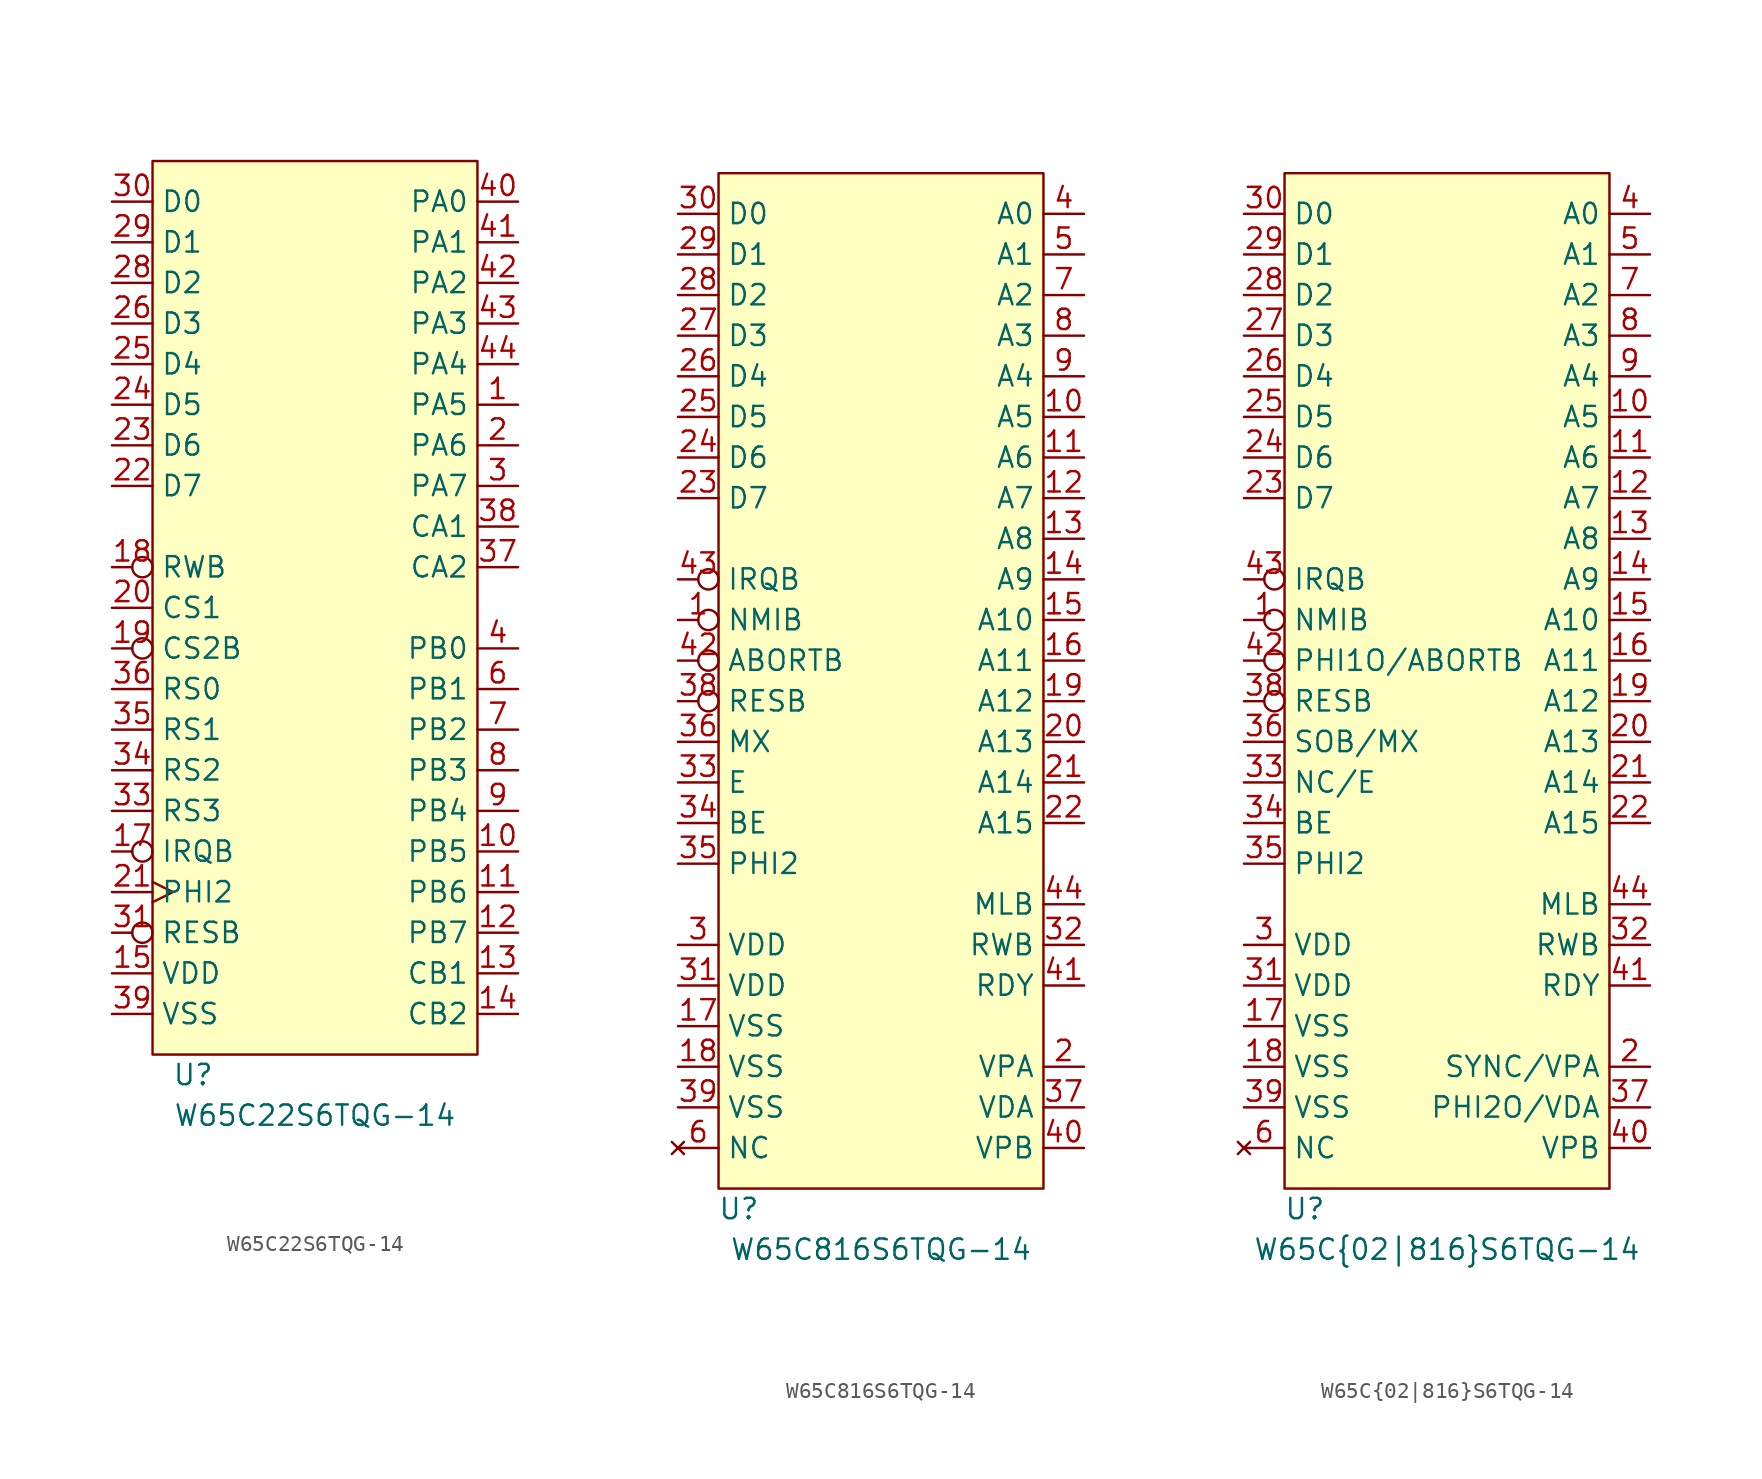
<source format=kicad_sym>
(kicad_symbol_lib
  (version 20211014)
  (generator kicad_symbol_editor)
  (symbol "W65C22S6TQG-14"
    (property "Reference" "U"
      (at -7.62 -3.81 0)
      (effects (font (size 1.27 1.27))))
    (property "Value" "W65C22S6TQG-14"
      (at 0 -6.35 0)
      (effects (font (size 1.27 1.27))))
    (symbol "W65C22S6TQG-14_0_1"
      (rectangle (start -10.16 53.34) (end 10.16 -2.54) (stroke (width 0) (type default) (color 0 0 0 0)) (fill (type background))))
    (symbol "W65C22S6TQG-14_1_1"
      (pin tri_state line (at 12.7 38.1 180) (length 2.54) (name "PA5" (effects (font (size 1.27 1.27)))) (number "1" (effects (font (size 1.27 1.27)))))
      (pin tri_state line (at 12.7 10.16 180) (length 2.54) (name "PB5" (effects (font (size 1.27 1.27)))) (number "10" (effects (font (size 1.27 1.27)))))
      (pin tri_state line (at 12.7 7.62 180) (length 2.54) (name "PB6" (effects (font (size 1.27 1.27)))) (number "11" (effects (font (size 1.27 1.27)))))
      (pin tri_state line (at 12.7 5.08 180) (length 2.54) (name "PB7" (effects (font (size 1.27 1.27)))) (number "12" (effects (font (size 1.27 1.27)))))
      (pin tri_state line (at 12.7 2.54 180) (length 2.54) (name "CB1" (effects (font (size 1.27 1.27)))) (number "13" (effects (font (size 1.27 1.27)))))
      (pin tri_state line (at 12.7 0 180) (length 2.54) (name "CB2" (effects (font (size 1.27 1.27)))) (number "14" (effects (font (size 1.27 1.27)))))
      (pin power_in line (at -12.7 2.54 0) (length 2.54) (name "VDD" (effects (font (size 1.27 1.27)))) (number "15" (effects (font (size 1.27 1.27)))))
      (pin output inverted (at -12.7 10.16 0) (length 2.54) (name "IRQB" (effects (font (size 1.27 1.27)))) (number "17" (effects (font (size 1.27 1.27)))))
      (pin input inverted (at -12.7 27.94 0) (length 2.54) (name "RWB" (effects (font (size 1.27 1.27)))) (number "18" (effects (font (size 1.27 1.27)))))
      (pin input inverted (at -12.7 22.86 0) (length 2.54) (name "CS2B" (effects (font (size 1.27 1.27)))) (number "19" (effects (font (size 1.27 1.27)))))
      (pin tri_state line (at 12.7 35.56 180) (length 2.54) (name "PA6" (effects (font (size 1.27 1.27)))) (number "2" (effects (font (size 1.27 1.27)))))
      (pin input line (at -12.7 25.4 0) (length 2.54) (name "CS1" (effects (font (size 1.27 1.27)))) (number "20" (effects (font (size 1.27 1.27)))))
      (pin input clock (at -12.7 7.62 0) (length 2.54) (name "PHI2" (effects (font (size 1.27 1.27)))) (number "21" (effects (font (size 1.27 1.27)))))
      (pin tri_state line (at -12.7 33.02 0) (length 2.54) (name "D7" (effects (font (size 1.27 1.27)))) (number "22" (effects (font (size 1.27 1.27)))))
      (pin tri_state line (at -12.7 35.56 0) (length 2.54) (name "D6" (effects (font (size 1.27 1.27)))) (number "23" (effects (font (size 1.27 1.27)))))
      (pin tri_state line (at -12.7 38.1 0) (length 2.54) (name "D5" (effects (font (size 1.27 1.27)))) (number "24" (effects (font (size 1.27 1.27)))))
      (pin tri_state line (at -12.7 40.64 0) (length 2.54) (name "D4" (effects (font (size 1.27 1.27)))) (number "25" (effects (font (size 1.27 1.27)))))
      (pin tri_state line (at -12.7 43.18 0) (length 2.54) (name "D3" (effects (font (size 1.27 1.27)))) (number "26" (effects (font (size 1.27 1.27)))))
      (pin tri_state line (at -12.7 45.72 0) (length 2.54) (name "D2" (effects (font (size 1.27 1.27)))) (number "28" (effects (font (size 1.27 1.27)))))
      (pin tri_state line (at -12.7 48.26 0) (length 2.54) (name "D1" (effects (font (size 1.27 1.27)))) (number "29" (effects (font (size 1.27 1.27)))))
      (pin tri_state line (at 12.7 33.02 180) (length 2.54) (name "PA7" (effects (font (size 1.27 1.27)))) (number "3" (effects (font (size 1.27 1.27)))))
      (pin tri_state line (at -12.7 50.8 0) (length 2.54) (name "D0" (effects (font (size 1.27 1.27)))) (number "30" (effects (font (size 1.27 1.27)))))
      (pin input inverted (at -12.7 5.08 0) (length 2.54) (name "RESB" (effects (font (size 1.27 1.27)))) (number "31" (effects (font (size 1.27 1.27)))))
      (pin input line (at -12.7 12.7 0) (length 2.54) (name "RS3" (effects (font (size 1.27 1.27)))) (number "33" (effects (font (size 1.27 1.27)))))
      (pin input line (at -12.7 15.24 0) (length 2.54) (name "RS2" (effects (font (size 1.27 1.27)))) (number "34" (effects (font (size 1.27 1.27)))))
      (pin input line (at -12.7 17.78 0) (length 2.54) (name "RS1" (effects (font (size 1.27 1.27)))) (number "35" (effects (font (size 1.27 1.27)))))
      (pin input line (at -12.7 20.32 0) (length 2.54) (name "RS0" (effects (font (size 1.27 1.27)))) (number "36" (effects (font (size 1.27 1.27)))))
      (pin tri_state line (at 12.7 27.94 180) (length 2.54) (name "CA2" (effects (font (size 1.27 1.27)))) (number "37" (effects (font (size 1.27 1.27)))))
      (pin tri_state line (at 12.7 30.48 180) (length 2.54) (name "CA1" (effects (font (size 1.27 1.27)))) (number "38" (effects (font (size 1.27 1.27)))))
      (pin power_in line (at -12.7 0 0) (length 2.54) (name "VSS" (effects (font (size 1.27 1.27)))) (number "39" (effects (font (size 1.27 1.27)))))
      (pin tri_state line (at 12.7 22.86 180) (length 2.54) (name "PB0" (effects (font (size 1.27 1.27)))) (number "4" (effects (font (size 1.27 1.27)))))
      (pin tri_state line (at 12.7 50.8 180) (length 2.54) (name "PA0" (effects (font (size 1.27 1.27)))) (number "40" (effects (font (size 1.27 1.27)))))
      (pin tri_state line (at 12.7 48.26 180) (length 2.54) (name "PA1" (effects (font (size 1.27 1.27)))) (number "41" (effects (font (size 1.27 1.27)))))
      (pin tri_state line (at 12.7 45.72 180) (length 2.54) (name "PA2" (effects (font (size 1.27 1.27)))) (number "42" (effects (font (size 1.27 1.27)))))
      (pin tri_state line (at 12.7 43.18 180) (length 2.54) (name "PA3" (effects (font (size 1.27 1.27)))) (number "43" (effects (font (size 1.27 1.27)))))
      (pin tri_state line (at 12.7 40.64 180) (length 2.54) (name "PA4" (effects (font (size 1.27 1.27)))) (number "44" (effects (font (size 1.27 1.27)))))
      (pin tri_state line (at 12.7 20.32 180) (length 2.54) (name "PB1" (effects (font (size 1.27 1.27)))) (number "6" (effects (font (size 1.27 1.27)))))
      (pin tri_state line (at 12.7 17.78 180) (length 2.54) (name "PB2" (effects (font (size 1.27 1.27)))) (number "7" (effects (font (size 1.27 1.27)))))
      (pin tri_state line (at 12.7 15.24 180) (length 2.54) (name "PB3" (effects (font (size 1.27 1.27)))) (number "8" (effects (font (size 1.27 1.27)))))
      (pin tri_state line (at 12.7 12.7 180) (length 2.54) (name "PB4" (effects (font (size 1.27 1.27)))) (number "9" (effects (font (size 1.27 1.27)))))))
  (symbol "W65C816S6TQG-14"
    (property "Reference" "U"
      (at -6.35 -11.43 0)
      (effects (font (size 1.27 1.27))))
    (property "Value" "W65C816S6TQG-14"
      (at 2.54 -13.97 0)
      (effects (font (size 1.27 1.27))))
    (symbol "W65C816S6TQG-14_0_1"
      (rectangle (start -7.62 53.34) (end 12.7 -10.16) (stroke (width 0) (type default) (color 0 0 0 0)) (fill (type background))))
    (symbol "W65C816S6TQG-14_1_1"
      (pin input inverted (at -10.16 25.4 0) (length 2.54) (name "NMIB" (effects (font (size 1.27 1.27)))) (number "1" (effects (font (size 1.27 1.27)))))
      (pin output line (at 15.24 38.1 180) (length 2.54) (name "A5" (effects (font (size 1.27 1.27)))) (number "10" (effects (font (size 1.27 1.27)))))
      (pin output line (at 15.24 35.56 180) (length 2.54) (name "A6" (effects (font (size 1.27 1.27)))) (number "11" (effects (font (size 1.27 1.27)))))
      (pin output line (at 15.24 33.02 180) (length 2.54) (name "A7" (effects (font (size 1.27 1.27)))) (number "12" (effects (font (size 1.27 1.27)))))
      (pin output line (at 15.24 30.48 180) (length 2.54) (name "A8" (effects (font (size 1.27 1.27)))) (number "13" (effects (font (size 1.27 1.27)))))
      (pin output line (at 15.24 27.94 180) (length 2.54) (name "A9" (effects (font (size 1.27 1.27)))) (number "14" (effects (font (size 1.27 1.27)))))
      (pin output line (at 15.24 25.4 180) (length 2.54) (name "A10" (effects (font (size 1.27 1.27)))) (number "15" (effects (font (size 1.27 1.27)))))
      (pin output line (at 15.24 22.86 180) (length 2.54) (name "A11" (effects (font (size 1.27 1.27)))) (number "16" (effects (font (size 1.27 1.27)))))
      (pin power_in line (at -10.16 0 0) (length 2.54) (name "VSS" (effects (font (size 1.27 1.27)))) (number "17" (effects (font (size 1.27 1.27)))))
      (pin power_in line (at -10.16 -2.54 0) (length 2.54) (name "VSS" (effects (font (size 1.27 1.27)))) (number "18" (effects (font (size 1.27 1.27)))))
      (pin output line (at 15.24 20.32 180) (length 2.54) (name "A12" (effects (font (size 1.27 1.27)))) (number "19" (effects (font (size 1.27 1.27)))))
      (pin output line (at 15.24 -2.54 180) (length 2.54) (name "VPA" (effects (font (size 1.27 1.27)))) (number "2" (effects (font (size 1.27 1.27)))))
      (pin output line (at 15.24 17.78 180) (length 2.54) (name "A13" (effects (font (size 1.27 1.27)))) (number "20" (effects (font (size 1.27 1.27)))))
      (pin output line (at 15.24 15.24 180) (length 2.54) (name "A14" (effects (font (size 1.27 1.27)))) (number "21" (effects (font (size 1.27 1.27)))))
      (pin output line (at 15.24 12.7 180) (length 2.54) (name "A15" (effects (font (size 1.27 1.27)))) (number "22" (effects (font (size 1.27 1.27)))))
      (pin bidirectional line (at -10.16 33.02 0) (length 2.54) (name "D7" (effects (font (size 1.27 1.27)))) (number "23" (effects (font (size 1.27 1.27)))))
      (pin bidirectional line (at -10.16 35.56 0) (length 2.54) (name "D6" (effects (font (size 1.27 1.27)))) (number "24" (effects (font (size 1.27 1.27)))))
      (pin bidirectional line (at -10.16 38.1 0) (length 2.54) (name "D5" (effects (font (size 1.27 1.27)))) (number "25" (effects (font (size 1.27 1.27)))))
      (pin bidirectional line (at -10.16 40.64 0) (length 2.54) (name "D4" (effects (font (size 1.27 1.27)))) (number "26" (effects (font (size 1.27 1.27)))))
      (pin bidirectional line (at -10.16 43.18 0) (length 2.54) (name "D3" (effects (font (size 1.27 1.27)))) (number "27" (effects (font (size 1.27 1.27)))))
      (pin bidirectional line (at -10.16 45.72 0) (length 2.54) (name "D2" (effects (font (size 1.27 1.27)))) (number "28" (effects (font (size 1.27 1.27)))))
      (pin bidirectional line (at -10.16 48.26 0) (length 2.54) (name "D1" (effects (font (size 1.27 1.27)))) (number "29" (effects (font (size 1.27 1.27)))))
      (pin power_in line (at -10.16 5.08 0) (length 2.54) (name "VDD" (effects (font (size 1.27 1.27)))) (number "3" (effects (font (size 1.27 1.27)))))
      (pin bidirectional line (at -10.16 50.8 0) (length 2.54) (name "D0" (effects (font (size 1.27 1.27)))) (number "30" (effects (font (size 1.27 1.27)))))
      (pin power_in line (at -10.16 2.54 0) (length 2.54) (name "VDD" (effects (font (size 1.27 1.27)))) (number "31" (effects (font (size 1.27 1.27)))))
      (pin output line (at 15.24 5.08 180) (length 2.54) (name "RWB" (effects (font (size 1.27 1.27)))) (number "32" (effects (font (size 1.27 1.27)))))
      (pin output line (at -10.16 15.24 0) (length 2.54) (name "E" (effects (font (size 1.27 1.27)))) (number "33" (effects (font (size 1.27 1.27)))))
      (pin input line (at -10.16 12.7 0) (length 2.54) (name "BE" (effects (font (size 1.27 1.27)))) (number "34" (effects (font (size 1.27 1.27)))))
      (pin input line (at -10.16 10.16 0) (length 2.54) (name "PHI2" (effects (font (size 1.27 1.27)))) (number "35" (effects (font (size 1.27 1.27)))))
      (pin output line (at -10.16 17.78 0) (length 2.54) (name "MX" (effects (font (size 1.27 1.27)))) (number "36" (effects (font (size 1.27 1.27)))))
      (pin output line (at 15.24 -5.08 180) (length 2.54) (name "VDA" (effects (font (size 1.27 1.27)))) (number "37" (effects (font (size 1.27 1.27)))))
      (pin input inverted (at -10.16 20.32 0) (length 2.54) (name "RESB" (effects (font (size 1.27 1.27)))) (number "38" (effects (font (size 1.27 1.27)))))
      (pin power_in line (at -10.16 -5.08 0) (length 2.54) (name "VSS" (effects (font (size 1.27 1.27)))) (number "39" (effects (font (size 1.27 1.27)))))
      (pin output line (at 15.24 50.8 180) (length 2.54) (name "A0" (effects (font (size 1.27 1.27)))) (number "4" (effects (font (size 1.27 1.27)))))
      (pin output line (at 15.24 -7.62 180) (length 2.54) (name "VPB" (effects (font (size 1.27 1.27)))) (number "40" (effects (font (size 1.27 1.27)))))
      (pin bidirectional line (at 15.24 2.54 180) (length 2.54) (name "RDY" (effects (font (size 1.27 1.27)))) (number "41" (effects (font (size 1.27 1.27)))))
      (pin input inverted (at -10.16 22.86 0) (length 2.54) (name "ABORTB" (effects (font (size 1.27 1.27)))) (number "42" (effects (font (size 1.27 1.27)))))
      (pin input inverted (at -10.16 27.94 0) (length 2.54) (name "IRQB" (effects (font (size 1.27 1.27)))) (number "43" (effects (font (size 1.27 1.27)))))
      (pin output line (at 15.24 7.62 180) (length 2.54) (name "MLB" (effects (font (size 1.27 1.27)))) (number "44" (effects (font (size 1.27 1.27)))))
      (pin output line (at 15.24 48.26 180) (length 2.54) (name "A1" (effects (font (size 1.27 1.27)))) (number "5" (effects (font (size 1.27 1.27)))))
      (pin no_connect line (at -10.16 -7.62 0) (length 2.54) (name "NC" (effects (font (size 1.27 1.27)))) (number "6" (effects (font (size 1.27 1.27)))))
      (pin output line (at 15.24 45.72 180) (length 2.54) (name "A2" (effects (font (size 1.27 1.27)))) (number "7" (effects (font (size 1.27 1.27)))))
      (pin output line (at 15.24 43.18 180) (length 2.54) (name "A3" (effects (font (size 1.27 1.27)))) (number "8" (effects (font (size 1.27 1.27)))))
      (pin output line (at 15.24 40.64 180) (length 2.54) (name "A4" (effects (font (size 1.27 1.27)))) (number "9" (effects (font (size 1.27 1.27)))))))
  (symbol "W65C{02|816}S6TQG-14"
    (property "Reference" "U"
      (at -6.35 -11.43 0)
      (effects (font (size 1.27 1.27))))
    (property "Value" "W65C{02|816}S6TQG-14"
      (at 2.54 -13.97 0)
      (effects (font (size 1.27 1.27))))
    (symbol "W65C{02|816}S6TQG-14_0_1"
      (rectangle (start -7.62 53.34) (end 12.7 -10.16) (stroke (width 0) (type default) (color 0 0 0 0)) (fill (type background))))
    (symbol "W65C{02|816}S6TQG-14_1_1"
      (pin input inverted (at -10.16 25.4 0) (length 2.54) (name "NMIB" (effects (font (size 1.27 1.27)))) (number "1" (effects (font (size 1.27 1.27)))))
      (pin output line (at 15.24 38.1 180) (length 2.54) (name "A5" (effects (font (size 1.27 1.27)))) (number "10" (effects (font (size 1.27 1.27)))))
      (pin output line (at 15.24 35.56 180) (length 2.54) (name "A6" (effects (font (size 1.27 1.27)))) (number "11" (effects (font (size 1.27 1.27)))))
      (pin output line (at 15.24 33.02 180) (length 2.54) (name "A7" (effects (font (size 1.27 1.27)))) (number "12" (effects (font (size 1.27 1.27)))))
      (pin output line (at 15.24 30.48 180) (length 2.54) (name "A8" (effects (font (size 1.27 1.27)))) (number "13" (effects (font (size 1.27 1.27)))))
      (pin output line (at 15.24 27.94 180) (length 2.54) (name "A9" (effects (font (size 1.27 1.27)))) (number "14" (effects (font (size 1.27 1.27)))))
      (pin output line (at 15.24 25.4 180) (length 2.54) (name "A10" (effects (font (size 1.27 1.27)))) (number "15" (effects (font (size 1.27 1.27)))))
      (pin output line (at 15.24 22.86 180) (length 2.54) (name "A11" (effects (font (size 1.27 1.27)))) (number "16" (effects (font (size 1.27 1.27)))))
      (pin power_in line (at -10.16 0 0) (length 2.54) (name "VSS" (effects (font (size 1.27 1.27)))) (number "17" (effects (font (size 1.27 1.27)))))
      (pin power_in line (at -10.16 -2.54 0) (length 2.54) (name "VSS" (effects (font (size 1.27 1.27)))) (number "18" (effects (font (size 1.27 1.27)))))
      (pin output line (at 15.24 20.32 180) (length 2.54) (name "A12" (effects (font (size 1.27 1.27)))) (number "19" (effects (font (size 1.27 1.27)))))
      (pin output line (at 15.24 -2.54 180) (length 2.54) (name "SYNC/VPA" (effects (font (size 1.27 1.27)))) (number "2" (effects (font (size 1.27 1.27)))))
      (pin output line (at 15.24 17.78 180) (length 2.54) (name "A13" (effects (font (size 1.27 1.27)))) (number "20" (effects (font (size 1.27 1.27)))))
      (pin output line (at 15.24 15.24 180) (length 2.54) (name "A14" (effects (font (size 1.27 1.27)))) (number "21" (effects (font (size 1.27 1.27)))))
      (pin output line (at 15.24 12.7 180) (length 2.54) (name "A15" (effects (font (size 1.27 1.27)))) (number "22" (effects (font (size 1.27 1.27)))))
      (pin bidirectional line (at -10.16 33.02 0) (length 2.54) (name "D7" (effects (font (size 1.27 1.27)))) (number "23" (effects (font (size 1.27 1.27)))))
      (pin bidirectional line (at -10.16 35.56 0) (length 2.54) (name "D6" (effects (font (size 1.27 1.27)))) (number "24" (effects (font (size 1.27 1.27)))))
      (pin bidirectional line (at -10.16 38.1 0) (length 2.54) (name "D5" (effects (font (size 1.27 1.27)))) (number "25" (effects (font (size 1.27 1.27)))))
      (pin bidirectional line (at -10.16 40.64 0) (length 2.54) (name "D4" (effects (font (size 1.27 1.27)))) (number "26" (effects (font (size 1.27 1.27)))))
      (pin bidirectional line (at -10.16 43.18 0) (length 2.54) (name "D3" (effects (font (size 1.27 1.27)))) (number "27" (effects (font (size 1.27 1.27)))))
      (pin bidirectional line (at -10.16 45.72 0) (length 2.54) (name "D2" (effects (font (size 1.27 1.27)))) (number "28" (effects (font (size 1.27 1.27)))))
      (pin bidirectional line (at -10.16 48.26 0) (length 2.54) (name "D1" (effects (font (size 1.27 1.27)))) (number "29" (effects (font (size 1.27 1.27)))))
      (pin power_in line (at -10.16 5.08 0) (length 2.54) (name "VDD" (effects (font (size 1.27 1.27)))) (number "3" (effects (font (size 1.27 1.27)))))
      (pin bidirectional line (at -10.16 50.8 0) (length 2.54) (name "D0" (effects (font (size 1.27 1.27)))) (number "30" (effects (font (size 1.27 1.27)))))
      (pin power_in line (at -10.16 2.54 0) (length 2.54) (name "VDD" (effects (font (size 1.27 1.27)))) (number "31" (effects (font (size 1.27 1.27)))))
      (pin output line (at 15.24 5.08 180) (length 2.54) (name "RWB" (effects (font (size 1.27 1.27)))) (number "32" (effects (font (size 1.27 1.27)))))
      (pin output line (at -10.16 15.24 0) (length 2.54) (name "NC/E" (effects (font (size 1.27 1.27)))) (number "33" (effects (font (size 1.27 1.27)))))
      (pin input line (at -10.16 12.7 0) (length 2.54) (name "BE" (effects (font (size 1.27 1.27)))) (number "34" (effects (font (size 1.27 1.27)))))
      (pin input line (at -10.16 10.16 0) (length 2.54) (name "PHI2" (effects (font (size 1.27 1.27)))) (number "35" (effects (font (size 1.27 1.27)))))
      (pin output line (at -10.16 17.78 0) (length 2.54) (name "SOB/MX" (effects (font (size 1.27 1.27)))) (number "36" (effects (font (size 1.27 1.27)))))
      (pin output line (at 15.24 -5.08 180) (length 2.54) (name "PHI2O/VDA" (effects (font (size 1.27 1.27)))) (number "37" (effects (font (size 1.27 1.27)))))
      (pin input inverted (at -10.16 20.32 0) (length 2.54) (name "RESB" (effects (font (size 1.27 1.27)))) (number "38" (effects (font (size 1.27 1.27)))))
      (pin power_in line (at -10.16 -5.08 0) (length 2.54) (name "VSS" (effects (font (size 1.27 1.27)))) (number "39" (effects (font (size 1.27 1.27)))))
      (pin output line (at 15.24 50.8 180) (length 2.54) (name "A0" (effects (font (size 1.27 1.27)))) (number "4" (effects (font (size 1.27 1.27)))))
      (pin output line (at 15.24 -7.62 180) (length 2.54) (name "VPB" (effects (font (size 1.27 1.27)))) (number "40" (effects (font (size 1.27 1.27)))))
      (pin bidirectional line (at 15.24 2.54 180) (length 2.54) (name "RDY" (effects (font (size 1.27 1.27)))) (number "41" (effects (font (size 1.27 1.27)))))
      (pin bidirectional inverted (at -10.16 22.86 0) (length 2.54) (name "PHI1O/ABORTB" (effects (font (size 1.27 1.27)))) (number "42" (effects (font (size 1.27 1.27)))))
      (pin input inverted (at -10.16 27.94 0) (length 2.54) (name "IRQB" (effects (font (size 1.27 1.27)))) (number "43" (effects (font (size 1.27 1.27)))))
      (pin output line (at 15.24 7.62 180) (length 2.54) (name "MLB" (effects (font (size 1.27 1.27)))) (number "44" (effects (font (size 1.27 1.27)))))
      (pin output line (at 15.24 48.26 180) (length 2.54) (name "A1" (effects (font (size 1.27 1.27)))) (number "5" (effects (font (size 1.27 1.27)))))
      (pin no_connect line (at -10.16 -7.62 0) (length 2.54) (name "NC" (effects (font (size 1.27 1.27)))) (number "6" (effects (font (size 1.27 1.27)))))
      (pin output line (at 15.24 45.72 180) (length 2.54) (name "A2" (effects (font (size 1.27 1.27)))) (number "7" (effects (font (size 1.27 1.27)))))
      (pin output line (at 15.24 43.18 180) (length 2.54) (name "A3" (effects (font (size 1.27 1.27)))) (number "8" (effects (font (size 1.27 1.27)))))
      (pin output line (at 15.24 40.64 180) (length 2.54) (name "A4" (effects (font (size 1.27 1.27)))) (number "9" (effects (font (size 1.27 1.27))))))))
</source>
